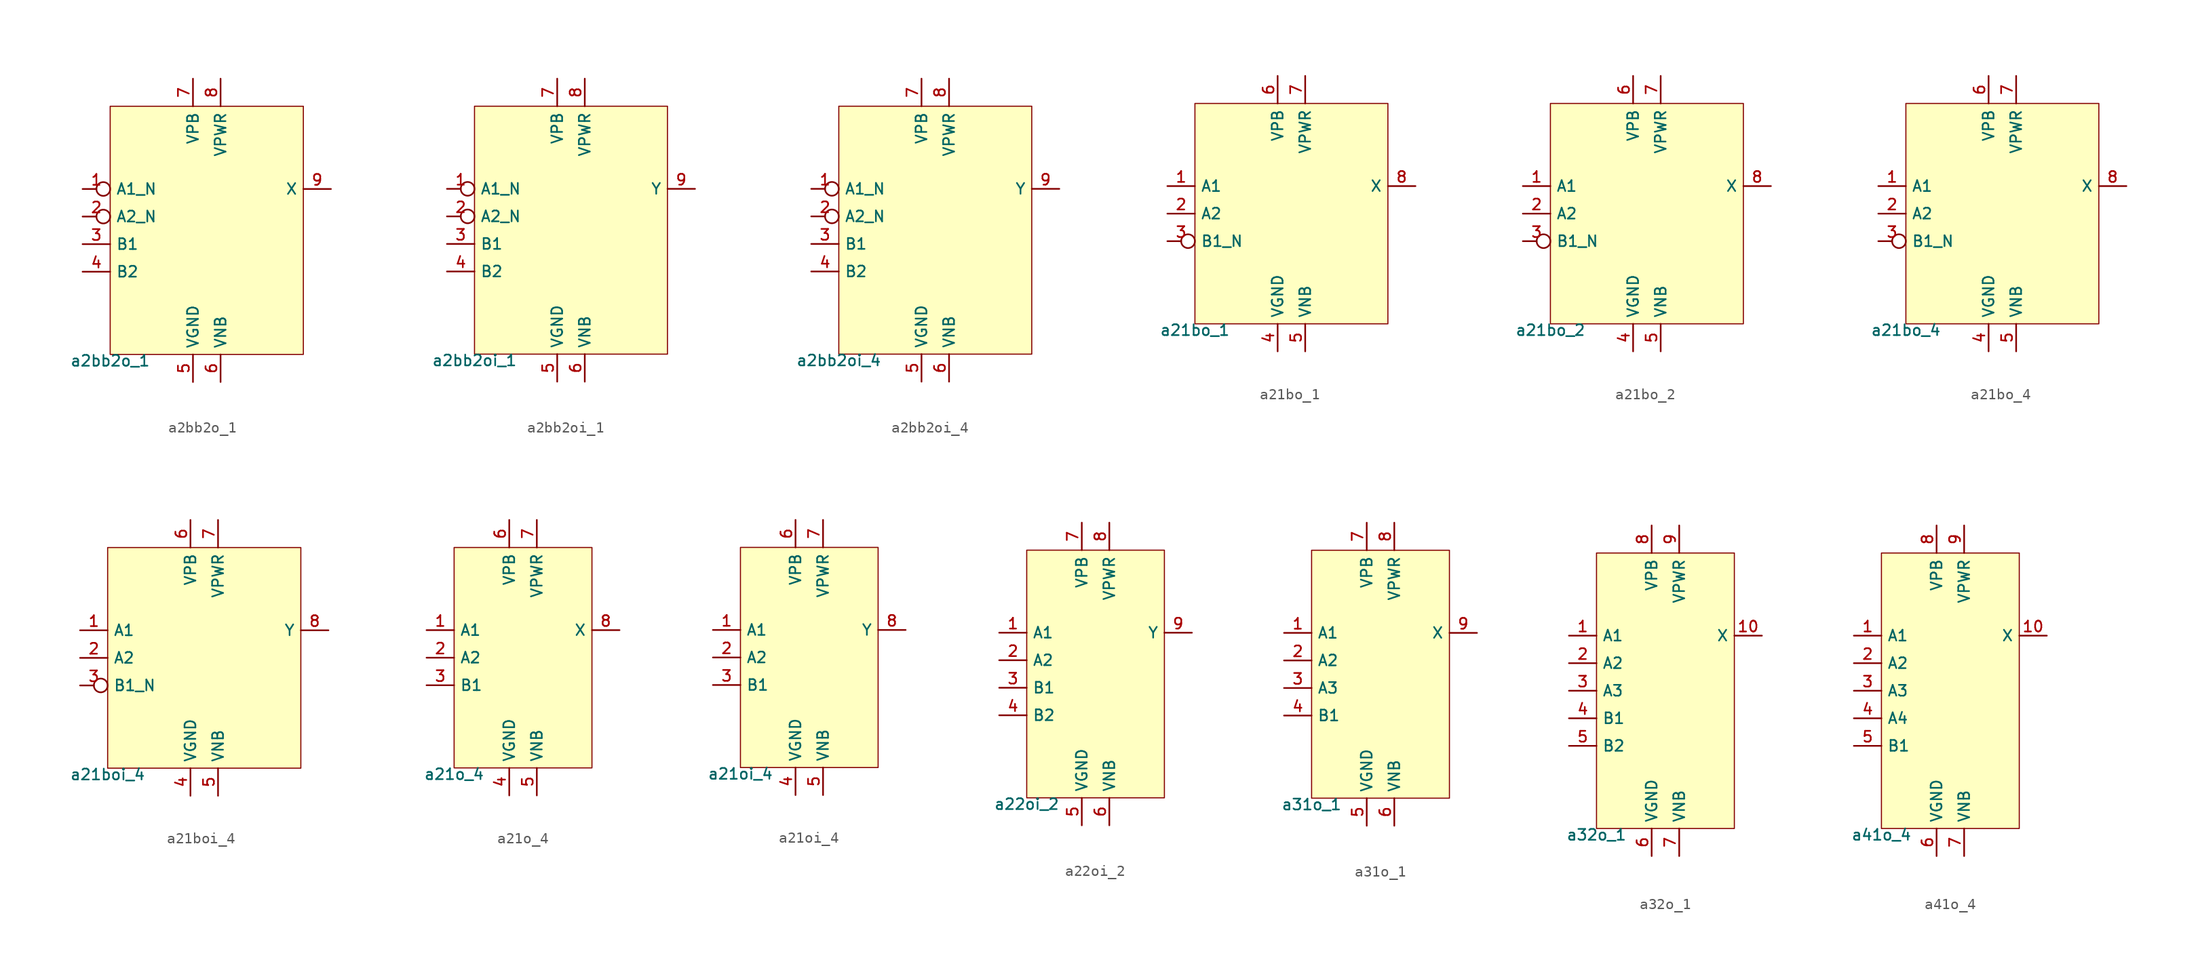
<source format=kicad_sym>
(kicad_symbol_lib
  (version 20211014)
  (generator pdk2kicad)
  (symbol "a2bb2o_1"
    (property "Reference" "X"
      (at 0 0 0)
      (effects (font (size 1 1)) hide))
    (property "Value" "a2bb2o_1"
      (at -8.89 -11.43 0)
      (effects (font (size 1 1)) (justify top)))
    (rectangle
      (start -8.89 -11.43)
      (end 8.89 11.43)
      (stroke (width 0.1) (type solid) (color 0 0 0 0))
      (fill (type background)))
    (pin input inverted
      (at -11.43 3.81 0)
      (length 2.54)
      (name "A1_N" (effects (font (size 1 1)) hide))
      (number "1" (effects (font (size 1 1)) hide)))
    (pin input inverted
      (at -11.43 1.27 0)
      (length 2.54)
      (name "A2_N" (effects (font (size 1 1)) hide))
      (number "2" (effects (font (size 1 1)) hide)))
    (pin input line
      (at -11.43 -1.27 0)
      (length 2.54)
      (name "B1" (effects (font (size 1 1)) hide))
      (number "3" (effects (font (size 1 1)) hide)))
    (pin input line
      (at -11.43 -3.81 0)
      (length 2.54)
      (name "B2" (effects (font (size 1 1)) hide))
      (number "4" (effects (font (size 1 1)) hide)))
    (pin power_in line
      (at -1.27 -13.97 90)
      (length 2.54)
      (name "VGND" (effects (font (size 1 1)) hide))
      (number "5" (effects (font (size 1 1)) hide)))
    (pin power_in line
      (at 1.27 -13.97 90)
      (length 2.54)
      (name "VNB" (effects (font (size 1 1)) hide))
      (number "6" (effects (font (size 1 1)) hide)))
    (pin power_in line
      (at -1.27 13.97 270)
      (length 2.54)
      (name "VPB" (effects (font (size 1 1)) hide))
      (number "7" (effects (font (size 1 1)) hide)))
    (pin power_in line
      (at 1.27 13.97 270)
      (length 2.54)
      (name "VPWR" (effects (font (size 1 1)) hide))
      (number "8" (effects (font (size 1 1)) hide)))
    (pin output line
      (at 11.43 3.81 180)
      (length 2.54)
      (name "X" (effects (font (size 1 1)) hide))
      (number "9" (effects (font (size 1 1)) hide))))
  (symbol "a2bb2oi_1"
    (property "Reference" "X"
      (at 0 0 0)
      (effects (font (size 1 1)) hide))
    (property "Value" "a2bb2oi_1"
      (at -8.89 -11.43 0)
      (effects (font (size 1 1)) (justify top)))
    (rectangle
      (start -8.89 -11.43)
      (end 8.89 11.43)
      (stroke (width 0.1) (type solid) (color 0 0 0 0))
      (fill (type background)))
    (pin input inverted
      (at -11.43 3.81 0)
      (length 2.54)
      (name "A1_N" (effects (font (size 1 1)) hide))
      (number "1" (effects (font (size 1 1)) hide)))
    (pin input inverted
      (at -11.43 1.27 0)
      (length 2.54)
      (name "A2_N" (effects (font (size 1 1)) hide))
      (number "2" (effects (font (size 1 1)) hide)))
    (pin input line
      (at -11.43 -1.27 0)
      (length 2.54)
      (name "B1" (effects (font (size 1 1)) hide))
      (number "3" (effects (font (size 1 1)) hide)))
    (pin input line
      (at -11.43 -3.81 0)
      (length 2.54)
      (name "B2" (effects (font (size 1 1)) hide))
      (number "4" (effects (font (size 1 1)) hide)))
    (pin power_in line
      (at -1.27 -13.97 90)
      (length 2.54)
      (name "VGND" (effects (font (size 1 1)) hide))
      (number "5" (effects (font (size 1 1)) hide)))
    (pin power_in line
      (at 1.27 -13.97 90)
      (length 2.54)
      (name "VNB" (effects (font (size 1 1)) hide))
      (number "6" (effects (font (size 1 1)) hide)))
    (pin power_in line
      (at -1.27 13.97 270)
      (length 2.54)
      (name "VPB" (effects (font (size 1 1)) hide))
      (number "7" (effects (font (size 1 1)) hide)))
    (pin power_in line
      (at 1.27 13.97 270)
      (length 2.54)
      (name "VPWR" (effects (font (size 1 1)) hide))
      (number "8" (effects (font (size 1 1)) hide)))
    (pin output line
      (at 11.43 3.81 180)
      (length 2.54)
      (name "Y" (effects (font (size 1 1)) hide))
      (number "9" (effects (font (size 1 1)) hide))))
  (symbol "a2bb2oi_4"
    (property "Reference" "X"
      (at 0 0 0)
      (effects (font (size 1 1)) hide))
    (property "Value" "a2bb2oi_4"
      (at -8.89 -11.43 0)
      (effects (font (size 1 1)) (justify top)))
    (rectangle
      (start -8.89 -11.43)
      (end 8.89 11.43)
      (stroke (width 0.1) (type solid) (color 0 0 0 0))
      (fill (type background)))
    (pin input inverted
      (at -11.43 3.81 0)
      (length 2.54)
      (name "A1_N" (effects (font (size 1 1)) hide))
      (number "1" (effects (font (size 1 1)) hide)))
    (pin input inverted
      (at -11.43 1.27 0)
      (length 2.54)
      (name "A2_N" (effects (font (size 1 1)) hide))
      (number "2" (effects (font (size 1 1)) hide)))
    (pin input line
      (at -11.43 -1.27 0)
      (length 2.54)
      (name "B1" (effects (font (size 1 1)) hide))
      (number "3" (effects (font (size 1 1)) hide)))
    (pin input line
      (at -11.43 -3.81 0)
      (length 2.54)
      (name "B2" (effects (font (size 1 1)) hide))
      (number "4" (effects (font (size 1 1)) hide)))
    (pin power_in line
      (at -1.27 -13.97 90)
      (length 2.54)
      (name "VGND" (effects (font (size 1 1)) hide))
      (number "5" (effects (font (size 1 1)) hide)))
    (pin power_in line
      (at 1.27 -13.97 90)
      (length 2.54)
      (name "VNB" (effects (font (size 1 1)) hide))
      (number "6" (effects (font (size 1 1)) hide)))
    (pin power_in line
      (at -1.27 13.97 270)
      (length 2.54)
      (name "VPB" (effects (font (size 1 1)) hide))
      (number "7" (effects (font (size 1 1)) hide)))
    (pin power_in line
      (at 1.27 13.97 270)
      (length 2.54)
      (name "VPWR" (effects (font (size 1 1)) hide))
      (number "8" (effects (font (size 1 1)) hide)))
    (pin output line
      (at 11.43 3.81 180)
      (length 2.54)
      (name "Y" (effects (font (size 1 1)) hide))
      (number "9" (effects (font (size 1 1)) hide))))
  (symbol "a21bo_1"
    (property "Reference" "X"
      (at 0 0 0)
      (effects (font (size 1 1)) hide))
    (property "Value" "a21bo_1"
      (at -8.89 -10.16 0)
      (effects (font (size 1 1)) (justify top)))
    (rectangle
      (start -8.89 -10.16)
      (end 8.89 10.16)
      (stroke (width 0.1) (type solid) (color 0 0 0 0))
      (fill (type background)))
    (pin input line
      (at -11.43 2.54 0)
      (length 2.54)
      (name "A1" (effects (font (size 1 1)) hide))
      (number "1" (effects (font (size 1 1)) hide)))
    (pin input line
      (at -11.43 0.0 0)
      (length 2.54)
      (name "A2" (effects (font (size 1 1)) hide))
      (number "2" (effects (font (size 1 1)) hide)))
    (pin input inverted
      (at -11.43 -2.54 0)
      (length 2.54)
      (name "B1_N" (effects (font (size 1 1)) hide))
      (number "3" (effects (font (size 1 1)) hide)))
    (pin power_in line
      (at -1.27 -12.7 90)
      (length 2.54)
      (name "VGND" (effects (font (size 1 1)) hide))
      (number "4" (effects (font (size 1 1)) hide)))
    (pin power_in line
      (at 1.27 -12.7 90)
      (length 2.54)
      (name "VNB" (effects (font (size 1 1)) hide))
      (number "5" (effects (font (size 1 1)) hide)))
    (pin power_in line
      (at -1.27 12.7 270)
      (length 2.54)
      (name "VPB" (effects (font (size 1 1)) hide))
      (number "6" (effects (font (size 1 1)) hide)))
    (pin power_in line
      (at 1.27 12.7 270)
      (length 2.54)
      (name "VPWR" (effects (font (size 1 1)) hide))
      (number "7" (effects (font (size 1 1)) hide)))
    (pin output line
      (at 11.43 2.54 180)
      (length 2.54)
      (name "X" (effects (font (size 1 1)) hide))
      (number "8" (effects (font (size 1 1)) hide))))
  (symbol "a21bo_2"
    (property "Reference" "X"
      (at 0 0 0)
      (effects (font (size 1 1)) hide))
    (property "Value" "a21bo_2"
      (at -8.89 -10.16 0)
      (effects (font (size 1 1)) (justify top)))
    (rectangle
      (start -8.89 -10.16)
      (end 8.89 10.16)
      (stroke (width 0.1) (type solid) (color 0 0 0 0))
      (fill (type background)))
    (pin input line
      (at -11.43 2.54 0)
      (length 2.54)
      (name "A1" (effects (font (size 1 1)) hide))
      (number "1" (effects (font (size 1 1)) hide)))
    (pin input line
      (at -11.43 0.0 0)
      (length 2.54)
      (name "A2" (effects (font (size 1 1)) hide))
      (number "2" (effects (font (size 1 1)) hide)))
    (pin input inverted
      (at -11.43 -2.54 0)
      (length 2.54)
      (name "B1_N" (effects (font (size 1 1)) hide))
      (number "3" (effects (font (size 1 1)) hide)))
    (pin power_in line
      (at -1.27 -12.7 90)
      (length 2.54)
      (name "VGND" (effects (font (size 1 1)) hide))
      (number "4" (effects (font (size 1 1)) hide)))
    (pin power_in line
      (at 1.27 -12.7 90)
      (length 2.54)
      (name "VNB" (effects (font (size 1 1)) hide))
      (number "5" (effects (font (size 1 1)) hide)))
    (pin power_in line
      (at -1.27 12.7 270)
      (length 2.54)
      (name "VPB" (effects (font (size 1 1)) hide))
      (number "6" (effects (font (size 1 1)) hide)))
    (pin power_in line
      (at 1.27 12.7 270)
      (length 2.54)
      (name "VPWR" (effects (font (size 1 1)) hide))
      (number "7" (effects (font (size 1 1)) hide)))
    (pin output line
      (at 11.43 2.54 180)
      (length 2.54)
      (name "X" (effects (font (size 1 1)) hide))
      (number "8" (effects (font (size 1 1)) hide))))
  (symbol "a21bo_4"
    (property "Reference" "X"
      (at 0 0 0)
      (effects (font (size 1 1)) hide))
    (property "Value" "a21bo_4"
      (at -8.89 -10.16 0)
      (effects (font (size 1 1)) (justify top)))
    (rectangle
      (start -8.89 -10.16)
      (end 8.89 10.16)
      (stroke (width 0.1) (type solid) (color 0 0 0 0))
      (fill (type background)))
    (pin input line
      (at -11.43 2.54 0)
      (length 2.54)
      (name "A1" (effects (font (size 1 1)) hide))
      (number "1" (effects (font (size 1 1)) hide)))
    (pin input line
      (at -11.43 0.0 0)
      (length 2.54)
      (name "A2" (effects (font (size 1 1)) hide))
      (number "2" (effects (font (size 1 1)) hide)))
    (pin input inverted
      (at -11.43 -2.54 0)
      (length 2.54)
      (name "B1_N" (effects (font (size 1 1)) hide))
      (number "3" (effects (font (size 1 1)) hide)))
    (pin power_in line
      (at -1.27 -12.7 90)
      (length 2.54)
      (name "VGND" (effects (font (size 1 1)) hide))
      (number "4" (effects (font (size 1 1)) hide)))
    (pin power_in line
      (at 1.27 -12.7 90)
      (length 2.54)
      (name "VNB" (effects (font (size 1 1)) hide))
      (number "5" (effects (font (size 1 1)) hide)))
    (pin power_in line
      (at -1.27 12.7 270)
      (length 2.54)
      (name "VPB" (effects (font (size 1 1)) hide))
      (number "6" (effects (font (size 1 1)) hide)))
    (pin power_in line
      (at 1.27 12.7 270)
      (length 2.54)
      (name "VPWR" (effects (font (size 1 1)) hide))
      (number "7" (effects (font (size 1 1)) hide)))
    (pin output line
      (at 11.43 2.54 180)
      (length 2.54)
      (name "X" (effects (font (size 1 1)) hide))
      (number "8" (effects (font (size 1 1)) hide))))
  (symbol "a21boi_4"
    (property "Reference" "X"
      (at 0 0 0)
      (effects (font (size 1 1)) hide))
    (property "Value" "a21boi_4"
      (at -8.89 -10.16 0)
      (effects (font (size 1 1)) (justify top)))
    (rectangle
      (start -8.89 -10.16)
      (end 8.89 10.16)
      (stroke (width 0.1) (type solid) (color 0 0 0 0))
      (fill (type background)))
    (pin input line
      (at -11.43 2.54 0)
      (length 2.54)
      (name "A1" (effects (font (size 1 1)) hide))
      (number "1" (effects (font (size 1 1)) hide)))
    (pin input line
      (at -11.43 0.0 0)
      (length 2.54)
      (name "A2" (effects (font (size 1 1)) hide))
      (number "2" (effects (font (size 1 1)) hide)))
    (pin input inverted
      (at -11.43 -2.54 0)
      (length 2.54)
      (name "B1_N" (effects (font (size 1 1)) hide))
      (number "3" (effects (font (size 1 1)) hide)))
    (pin power_in line
      (at -1.27 -12.7 90)
      (length 2.54)
      (name "VGND" (effects (font (size 1 1)) hide))
      (number "4" (effects (font (size 1 1)) hide)))
    (pin power_in line
      (at 1.27 -12.7 90)
      (length 2.54)
      (name "VNB" (effects (font (size 1 1)) hide))
      (number "5" (effects (font (size 1 1)) hide)))
    (pin power_in line
      (at -1.27 12.7 270)
      (length 2.54)
      (name "VPB" (effects (font (size 1 1)) hide))
      (number "6" (effects (font (size 1 1)) hide)))
    (pin power_in line
      (at 1.27 12.7 270)
      (length 2.54)
      (name "VPWR" (effects (font (size 1 1)) hide))
      (number "7" (effects (font (size 1 1)) hide)))
    (pin output line
      (at 11.43 2.54 180)
      (length 2.54)
      (name "Y" (effects (font (size 1 1)) hide))
      (number "8" (effects (font (size 1 1)) hide))))
  (symbol "a21o_4"
    (property "Reference" "X"
      (at 0 0 0)
      (effects (font (size 1 1)) hide))
    (property "Value" "a21o_4"
      (at -6.35 -10.16 0)
      (effects (font (size 1 1)) (justify top)))
    (rectangle
      (start -6.35 -10.16)
      (end 6.35 10.16)
      (stroke (width 0.1) (type solid) (color 0 0 0 0))
      (fill (type background)))
    (pin input line
      (at -8.89 2.54 0)
      (length 2.54)
      (name "A1" (effects (font (size 1 1)) hide))
      (number "1" (effects (font (size 1 1)) hide)))
    (pin input line
      (at -8.89 0.0 0)
      (length 2.54)
      (name "A2" (effects (font (size 1 1)) hide))
      (number "2" (effects (font (size 1 1)) hide)))
    (pin input line
      (at -8.89 -2.54 0)
      (length 2.54)
      (name "B1" (effects (font (size 1 1)) hide))
      (number "3" (effects (font (size 1 1)) hide)))
    (pin power_in line
      (at -1.27 -12.7 90)
      (length 2.54)
      (name "VGND" (effects (font (size 1 1)) hide))
      (number "4" (effects (font (size 1 1)) hide)))
    (pin power_in line
      (at 1.27 -12.7 90)
      (length 2.54)
      (name "VNB" (effects (font (size 1 1)) hide))
      (number "5" (effects (font (size 1 1)) hide)))
    (pin power_in line
      (at -1.27 12.7 270)
      (length 2.54)
      (name "VPB" (effects (font (size 1 1)) hide))
      (number "6" (effects (font (size 1 1)) hide)))
    (pin power_in line
      (at 1.27 12.7 270)
      (length 2.54)
      (name "VPWR" (effects (font (size 1 1)) hide))
      (number "7" (effects (font (size 1 1)) hide)))
    (pin output line
      (at 8.89 2.54 180)
      (length 2.54)
      (name "X" (effects (font (size 1 1)) hide))
      (number "8" (effects (font (size 1 1)) hide))))
  (symbol "a21oi_4"
    (property "Reference" "X"
      (at 0 0 0)
      (effects (font (size 1 1)) hide))
    (property "Value" "a21oi_4"
      (at -6.35 -10.16 0)
      (effects (font (size 1 1)) (justify top)))
    (rectangle
      (start -6.35 -10.16)
      (end 6.35 10.16)
      (stroke (width 0.1) (type solid) (color 0 0 0 0))
      (fill (type background)))
    (pin input line
      (at -8.89 2.54 0)
      (length 2.54)
      (name "A1" (effects (font (size 1 1)) hide))
      (number "1" (effects (font (size 1 1)) hide)))
    (pin input line
      (at -8.89 0.0 0)
      (length 2.54)
      (name "A2" (effects (font (size 1 1)) hide))
      (number "2" (effects (font (size 1 1)) hide)))
    (pin input line
      (at -8.89 -2.54 0)
      (length 2.54)
      (name "B1" (effects (font (size 1 1)) hide))
      (number "3" (effects (font (size 1 1)) hide)))
    (pin power_in line
      (at -1.27 -12.7 90)
      (length 2.54)
      (name "VGND" (effects (font (size 1 1)) hide))
      (number "4" (effects (font (size 1 1)) hide)))
    (pin power_in line
      (at 1.27 -12.7 90)
      (length 2.54)
      (name "VNB" (effects (font (size 1 1)) hide))
      (number "5" (effects (font (size 1 1)) hide)))
    (pin power_in line
      (at -1.27 12.7 270)
      (length 2.54)
      (name "VPB" (effects (font (size 1 1)) hide))
      (number "6" (effects (font (size 1 1)) hide)))
    (pin power_in line
      (at 1.27 12.7 270)
      (length 2.54)
      (name "VPWR" (effects (font (size 1 1)) hide))
      (number "7" (effects (font (size 1 1)) hide)))
    (pin output line
      (at 8.89 2.54 180)
      (length 2.54)
      (name "Y" (effects (font (size 1 1)) hide))
      (number "8" (effects (font (size 1 1)) hide))))
  (symbol "a22oi_2"
    (property "Reference" "X"
      (at 0 0 0)
      (effects (font (size 1 1)) hide))
    (property "Value" "a22oi_2"
      (at -6.35 -11.43 0)
      (effects (font (size 1 1)) (justify top)))
    (rectangle
      (start -6.35 -11.43)
      (end 6.35 11.43)
      (stroke (width 0.1) (type solid) (color 0 0 0 0))
      (fill (type background)))
    (pin input line
      (at -8.89 3.81 0)
      (length 2.54)
      (name "A1" (effects (font (size 1 1)) hide))
      (number "1" (effects (font (size 1 1)) hide)))
    (pin input line
      (at -8.89 1.27 0)
      (length 2.54)
      (name "A2" (effects (font (size 1 1)) hide))
      (number "2" (effects (font (size 1 1)) hide)))
    (pin input line
      (at -8.89 -1.27 0)
      (length 2.54)
      (name "B1" (effects (font (size 1 1)) hide))
      (number "3" (effects (font (size 1 1)) hide)))
    (pin input line
      (at -8.89 -3.81 0)
      (length 2.54)
      (name "B2" (effects (font (size 1 1)) hide))
      (number "4" (effects (font (size 1 1)) hide)))
    (pin power_in line
      (at -1.27 -13.97 90)
      (length 2.54)
      (name "VGND" (effects (font (size 1 1)) hide))
      (number "5" (effects (font (size 1 1)) hide)))
    (pin power_in line
      (at 1.27 -13.97 90)
      (length 2.54)
      (name "VNB" (effects (font (size 1 1)) hide))
      (number "6" (effects (font (size 1 1)) hide)))
    (pin power_in line
      (at -1.27 13.97 270)
      (length 2.54)
      (name "VPB" (effects (font (size 1 1)) hide))
      (number "7" (effects (font (size 1 1)) hide)))
    (pin power_in line
      (at 1.27 13.97 270)
      (length 2.54)
      (name "VPWR" (effects (font (size 1 1)) hide))
      (number "8" (effects (font (size 1 1)) hide)))
    (pin output line
      (at 8.89 3.81 180)
      (length 2.54)
      (name "Y" (effects (font (size 1 1)) hide))
      (number "9" (effects (font (size 1 1)) hide))))
  (symbol "a31o_1"
    (property "Reference" "X"
      (at 0 0 0)
      (effects (font (size 1 1)) hide))
    (property "Value" "a31o_1"
      (at -6.35 -11.43 0)
      (effects (font (size 1 1)) (justify top)))
    (rectangle
      (start -6.35 -11.43)
      (end 6.35 11.43)
      (stroke (width 0.1) (type solid) (color 0 0 0 0))
      (fill (type background)))
    (pin input line
      (at -8.89 3.81 0)
      (length 2.54)
      (name "A1" (effects (font (size 1 1)) hide))
      (number "1" (effects (font (size 1 1)) hide)))
    (pin input line
      (at -8.89 1.27 0)
      (length 2.54)
      (name "A2" (effects (font (size 1 1)) hide))
      (number "2" (effects (font (size 1 1)) hide)))
    (pin input line
      (at -8.89 -1.27 0)
      (length 2.54)
      (name "A3" (effects (font (size 1 1)) hide))
      (number "3" (effects (font (size 1 1)) hide)))
    (pin input line
      (at -8.89 -3.81 0)
      (length 2.54)
      (name "B1" (effects (font (size 1 1)) hide))
      (number "4" (effects (font (size 1 1)) hide)))
    (pin power_in line
      (at -1.27 -13.97 90)
      (length 2.54)
      (name "VGND" (effects (font (size 1 1)) hide))
      (number "5" (effects (font (size 1 1)) hide)))
    (pin power_in line
      (at 1.27 -13.97 90)
      (length 2.54)
      (name "VNB" (effects (font (size 1 1)) hide))
      (number "6" (effects (font (size 1 1)) hide)))
    (pin power_in line
      (at -1.27 13.97 270)
      (length 2.54)
      (name "VPB" (effects (font (size 1 1)) hide))
      (number "7" (effects (font (size 1 1)) hide)))
    (pin power_in line
      (at 1.27 13.97 270)
      (length 2.54)
      (name "VPWR" (effects (font (size 1 1)) hide))
      (number "8" (effects (font (size 1 1)) hide)))
    (pin output line
      (at 8.89 3.81 180)
      (length 2.54)
      (name "X" (effects (font (size 1 1)) hide))
      (number "9" (effects (font (size 1 1)) hide))))
  (symbol "a32o_1"
    (property "Reference" "X"
      (at 0 0 0)
      (effects (font (size 1 1)) hide))
    (property "Value" "a32o_1"
      (at -6.35 -12.7 0)
      (effects (font (size 1 1)) (justify top)))
    (rectangle
      (start -6.35 -12.7)
      (end 6.35 12.7)
      (stroke (width 0.1) (type solid) (color 0 0 0 0))
      (fill (type background)))
    (pin input line
      (at -8.89 5.08 0)
      (length 2.54)
      (name "A1" (effects (font (size 1 1)) hide))
      (number "1" (effects (font (size 1 1)) hide)))
    (pin input line
      (at -8.89 2.54 0)
      (length 2.54)
      (name "A2" (effects (font (size 1 1)) hide))
      (number "2" (effects (font (size 1 1)) hide)))
    (pin input line
      (at -8.89 -8.881784197001252e-16 0)
      (length 2.54)
      (name "A3" (effects (font (size 1 1)) hide))
      (number "3" (effects (font (size 1 1)) hide)))
    (pin input line
      (at -8.89 -2.54 0)
      (length 2.54)
      (name "B1" (effects (font (size 1 1)) hide))
      (number "4" (effects (font (size 1 1)) hide)))
    (pin input line
      (at -8.89 -5.08 0)
      (length 2.54)
      (name "B2" (effects (font (size 1 1)) hide))
      (number "5" (effects (font (size 1 1)) hide)))
    (pin power_in line
      (at -1.27 -15.24 90)
      (length 2.54)
      (name "VGND" (effects (font (size 1 1)) hide))
      (number "6" (effects (font (size 1 1)) hide)))
    (pin power_in line
      (at 1.27 -15.24 90)
      (length 2.54)
      (name "VNB" (effects (font (size 1 1)) hide))
      (number "7" (effects (font (size 1 1)) hide)))
    (pin power_in line
      (at -1.27 15.24 270)
      (length 2.54)
      (name "VPB" (effects (font (size 1 1)) hide))
      (number "8" (effects (font (size 1 1)) hide)))
    (pin power_in line
      (at 1.27 15.24 270)
      (length 2.54)
      (name "VPWR" (effects (font (size 1 1)) hide))
      (number "9" (effects (font (size 1 1)) hide)))
    (pin output line
      (at 8.89 5.08 180)
      (length 2.54)
      (name "X" (effects (font (size 1 1)) hide))
      (number "10" (effects (font (size 1 1)) hide))))
  (symbol "a41o_4"
    (property "Reference" "X"
      (at 0 0 0)
      (effects (font (size 1 1)) hide))
    (property "Value" "a41o_4"
      (at -6.35 -12.7 0)
      (effects (font (size 1 1)) (justify top)))
    (rectangle
      (start -6.35 -12.7)
      (end 6.35 12.7)
      (stroke (width 0.1) (type solid) (color 0 0 0 0))
      (fill (type background)))
    (pin input line
      (at -8.89 5.08 0)
      (length 2.54)
      (name "A1" (effects (font (size 1 1)) hide))
      (number "1" (effects (font (size 1 1)) hide)))
    (pin input line
      (at -8.89 2.54 0)
      (length 2.54)
      (name "A2" (effects (font (size 1 1)) hide))
      (number "2" (effects (font (size 1 1)) hide)))
    (pin input line
      (at -8.89 -8.881784197001252e-16 0)
      (length 2.54)
      (name "A3" (effects (font (size 1 1)) hide))
      (number "3" (effects (font (size 1 1)) hide)))
    (pin input line
      (at -8.89 -2.54 0)
      (length 2.54)
      (name "A4" (effects (font (size 1 1)) hide))
      (number "4" (effects (font (size 1 1)) hide)))
    (pin input line
      (at -8.89 -5.08 0)
      (length 2.54)
      (name "B1" (effects (font (size 1 1)) hide))
      (number "5" (effects (font (size 1 1)) hide)))
    (pin power_in line
      (at -1.27 -15.24 90)
      (length 2.54)
      (name "VGND" (effects (font (size 1 1)) hide))
      (number "6" (effects (font (size 1 1)) hide)))
    (pin power_in line
      (at 1.27 -15.24 90)
      (length 2.54)
      (name "VNB" (effects (font (size 1 1)) hide))
      (number "7" (effects (font (size 1 1)) hide)))
    (pin power_in line
      (at -1.27 15.24 270)
      (length 2.54)
      (name "VPB" (effects (font (size 1 1)) hide))
      (number "8" (effects (font (size 1 1)) hide)))
    (pin power_in line
      (at 1.27 15.24 270)
      (length 2.54)
      (name "VPWR" (effects (font (size 1 1)) hide))
      (number "9" (effects (font (size 1 1)) hide)))
    (pin output line
      (at 8.89 5.08 180)
      (length 2.54)
      (name "X" (effects (font (size 1 1)) hide))
      (number "10" (effects (font (size 1 1)) hide)))))
</source>
